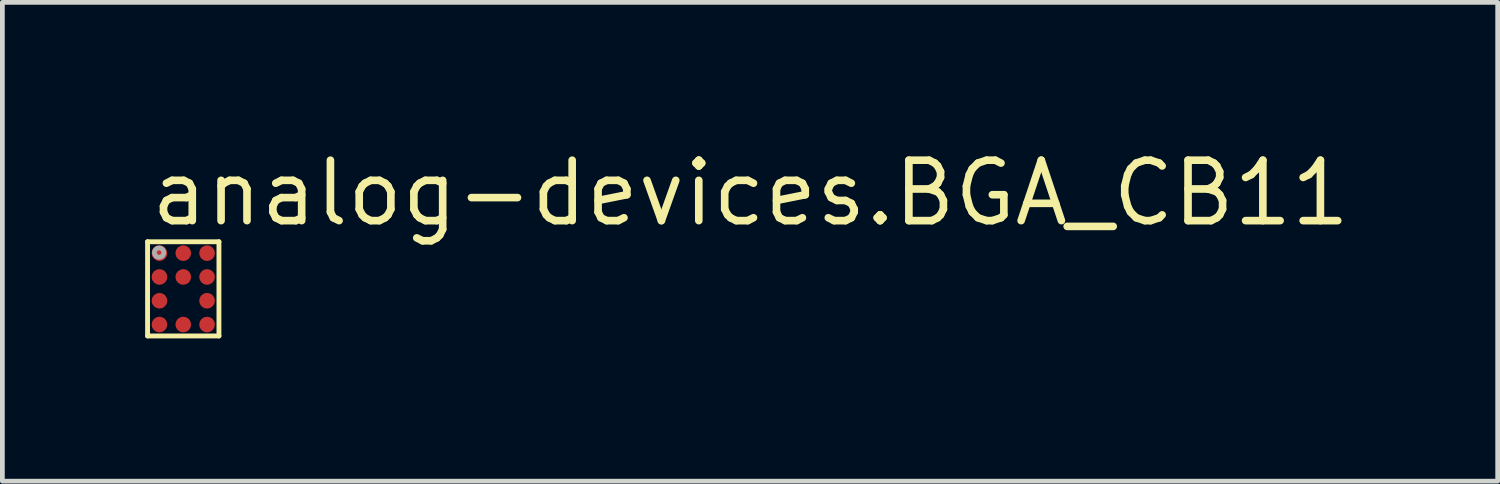
<source format=kicad_pcb>
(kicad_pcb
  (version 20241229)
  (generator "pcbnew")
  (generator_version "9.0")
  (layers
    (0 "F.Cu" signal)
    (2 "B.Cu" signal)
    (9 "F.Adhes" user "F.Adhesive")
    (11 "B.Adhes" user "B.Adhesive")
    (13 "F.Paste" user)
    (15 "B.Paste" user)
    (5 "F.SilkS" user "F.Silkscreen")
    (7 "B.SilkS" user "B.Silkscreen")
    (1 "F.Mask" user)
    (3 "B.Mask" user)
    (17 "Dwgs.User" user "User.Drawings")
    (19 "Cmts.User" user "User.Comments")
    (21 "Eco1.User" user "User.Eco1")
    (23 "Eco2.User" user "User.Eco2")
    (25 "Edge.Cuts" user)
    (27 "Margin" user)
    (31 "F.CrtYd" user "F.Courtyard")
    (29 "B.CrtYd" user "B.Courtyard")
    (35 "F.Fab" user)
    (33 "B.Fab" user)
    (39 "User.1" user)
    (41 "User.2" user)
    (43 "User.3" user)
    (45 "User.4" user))
  (footprint "analog-devices.BGA_CB11"
    (layer "F.Cu")
    (at 0.801 3.02)
    (property "Reference" "analog-devices.BGA_CB11" (at -0.762 -1.27 0) (layer "F.SilkS") (effects (font (size 1.27 1.27) (thickness 0.16)) (justify left bottom)))
    (attr smd)
    (fp_circle (center -0.5 -0.75) (end -0.35 -0.75) (stroke (width 0.1) (type default)) (fill no) (layer "F.Mask"))
    (fp_circle (center -0.5 -0.25) (end -0.35 -0.25) (stroke (width 0.1) (type default)) (fill no) (layer "F.Mask"))
    (fp_circle (center -0.5 0.25) (end -0.35 0.25) (stroke (width 0.1) (type default)) (fill no) (layer "F.Mask"))
    (fp_circle (center -0.5 0.75) (end -0.35 0.75) (stroke (width 0.1) (type default)) (fill no) (layer "F.Mask"))
    (fp_circle (center 0 -0.75) (end 0.15 -0.75) (stroke (width 0.1) (type default)) (fill no) (layer "F.Mask"))
    (fp_circle (center 0 -0.25) (end 0.15 -0.25) (stroke (width 0.1) (type default)) (fill no) (layer "F.Mask"))
    (fp_circle (center 0 0.75) (end 0.15 0.75) (stroke (width 0.1) (type default)) (fill no) (layer "F.Mask"))
    (fp_circle (center 0.5 -0.75) (end 0.65 -0.75) (stroke (width 0.1) (type default)) (fill no) (layer "F.Mask"))
    (fp_circle (center 0.5 -0.25) (end 0.65 -0.25) (stroke (width 0.1) (type default)) (fill no) (layer "F.Mask"))
    (fp_circle (center 0.5 0.25) (end 0.65 0.25) (stroke (width 0.1) (type default)) (fill no) (layer "F.Mask"))
    (fp_circle (center 0.5 0.75) (end 0.65 0.75) (stroke (width 0.1) (type default)) (fill no) (layer "F.Mask"))
    (fp_line (start -0.75 -0.99) (end 0.75 -0.99) (stroke (width 0.102) (type default)) (layer "F.SilkS"))
    (fp_line (start -0.75 0.99) (end -0.75 -0.99) (stroke (width 0.102) (type default)) (layer "F.SilkS"))
    (fp_line (start 0.75 -0.99) (end 0.75 0.99) (stroke (width 0.102) (type default)) (layer "F.SilkS"))
    (fp_line (start 0.75 0.99) (end -0.75 0.99) (stroke (width 0.102) (type default)) (layer "F.SilkS"))
    (fp_circle (center -0.508 -0.762) (end -0.41 -0.762) (stroke (width 0.1) (type default)) (fill no) (layer "F.Fab"))
    (pad "A1" smd roundrect (at -0.5 -0.75) (size 0.33 0.33) (layers "F.Cu" "F.Mask" "F.Paste") (roundrect_rratio 0.5))
    (pad "A2" smd roundrect (at 0 -0.75) (size 0.33 0.33) (layers "F.Cu" "F.Mask" "F.Paste") (roundrect_rratio 0.5))
    (pad "A3" smd roundrect (at 0.5 -0.75) (size 0.33 0.33) (layers "F.Cu" "F.Mask" "F.Paste") (roundrect_rratio 0.5))
    (pad "B1" smd roundrect (at -0.5 -0.25) (size 0.33 0.33) (layers "F.Cu" "F.Mask" "F.Paste") (roundrect_rratio 0.5))
    (pad "B2" smd roundrect (at 0 -0.25) (size 0.33 0.33) (layers "F.Cu" "F.Mask" "F.Paste") (roundrect_rratio 0.5))
    (pad "B3" smd roundrect (at 0.5 -0.25) (size 0.33 0.33) (layers "F.Cu" "F.Mask" "F.Paste") (roundrect_rratio 0.5))
    (pad "C1" smd roundrect (at -0.5 0.25) (size 0.33 0.33) (layers "F.Cu" "F.Mask" "F.Paste") (roundrect_rratio 0.5))
    (pad "C3" smd roundrect (at 0.5 0.25) (size 0.33 0.33) (layers "F.Cu" "F.Mask" "F.Paste") (roundrect_rratio 0.5))
    (pad "D1" smd roundrect (at -0.5 0.75) (size 0.33 0.33) (layers "F.Cu" "F.Mask" "F.Paste") (roundrect_rratio 0.5))
    (pad "D2" smd roundrect (at 0 0.75) (size 0.33 0.33) (layers "F.Cu" "F.Mask" "F.Paste") (roundrect_rratio 0.5))
    (pad "D3" smd roundrect (at 0.5 0.75) (size 0.33 0.33) (layers "F.Cu" "F.Mask" "F.Paste") (roundrect_rratio 0.5)))
  (gr_rect
    (start -3 -3)
    (end 28.423 7.061)
    (stroke (width 0.1) (type default))
    (fill no)
    (layer "Edge.Cuts")))
</source>
